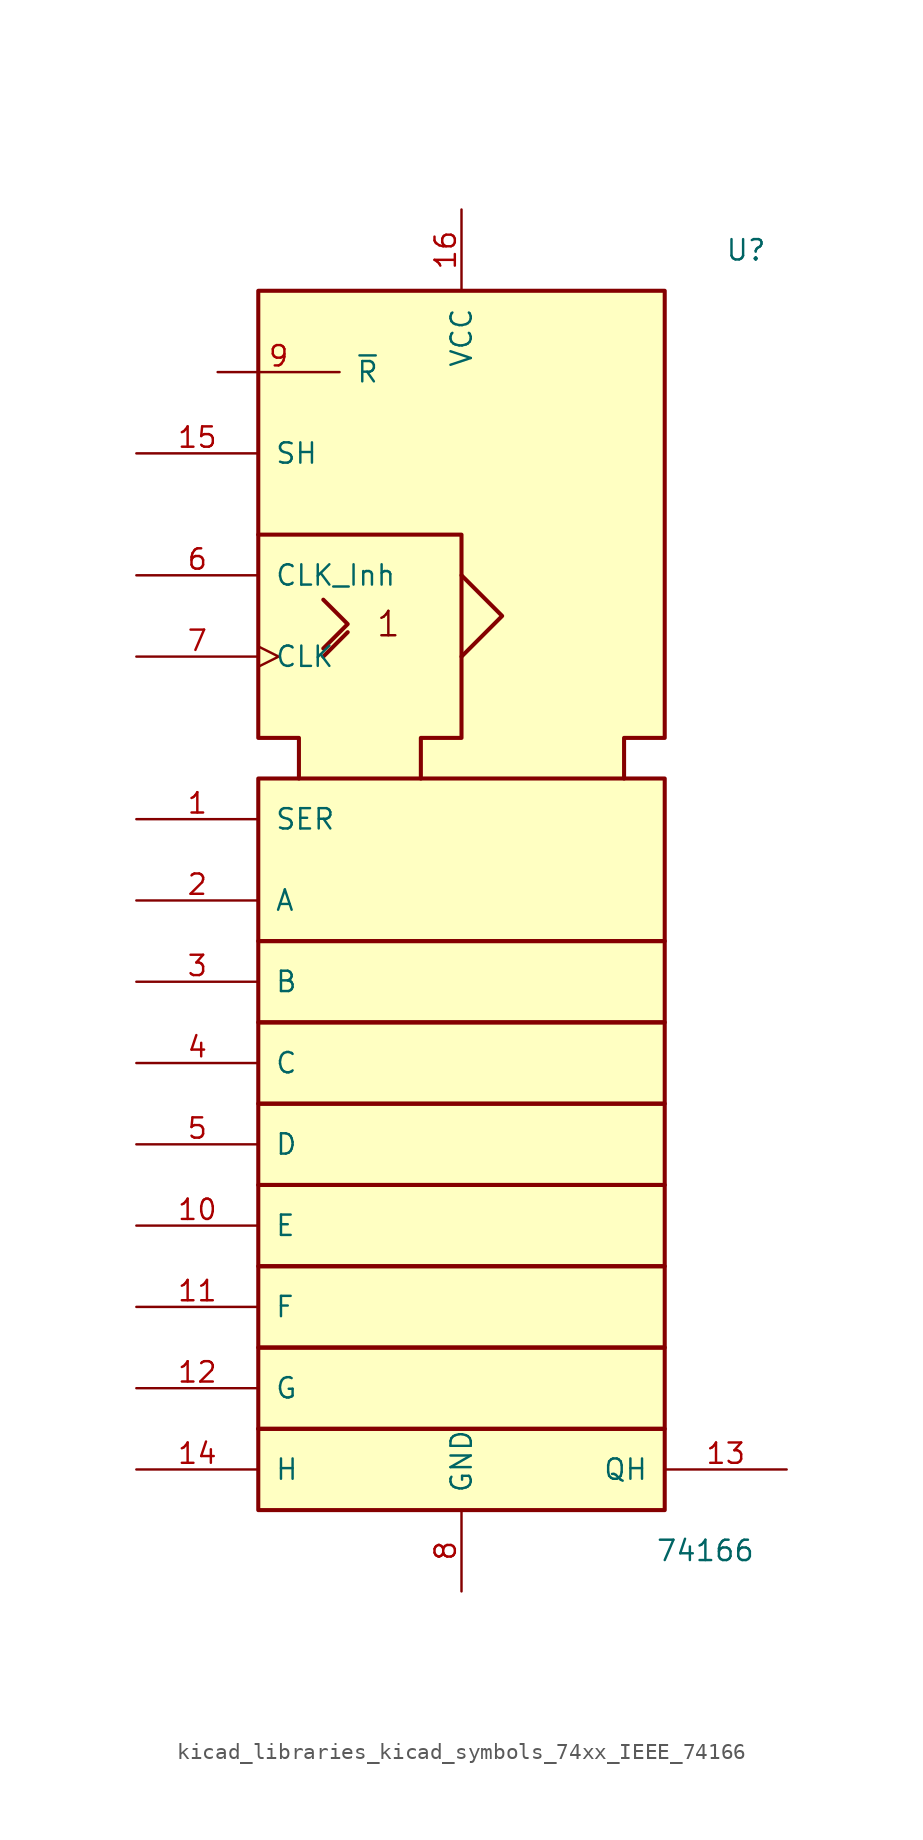
<source format=kicad_sym>
(kicad_symbol_lib
  (version 20220914)
  (generator kicad_symbol_editor)
  (symbol "kicad_libraries_kicad_symbols_74xx_IEEE_74166"
    (pin_names
      (offset 1.016))
    (property "Reference" "U"
      (at 17.78 35.56 0)
      (effects (font (size 1.27 1.27))))
    (property "Value" "74166"
      (at 15.24 -45.72 0)
      (effects (font (size 1.27 1.27))))
    (symbol "kicad_libraries_kicad_symbols_74xx_IEEE_74166_0_0"
      (rectangle (start -12.7 -38.1) (end -12.7 -38.1) (stroke (width 0.254) (type default)) (fill (type background)))
      (rectangle (start -12.7 -38.1) (end 12.7 -43.18) (stroke (width 0.254) (type default)) (fill (type background)))
      (rectangle (start -12.7 -33.02) (end 12.7 -38.1) (stroke (width 0.254) (type default)) (fill (type background)))
      (rectangle (start -12.7 -27.94) (end 12.7 -33.02) (stroke (width 0.254) (type default)) (fill (type background)))
      (rectangle (start -12.7 -22.86) (end 12.7 -27.94) (stroke (width 0.254) (type default)) (fill (type background)))
      (rectangle (start -12.7 -17.78) (end 12.7 -22.86) (stroke (width 0.254) (type default)) (fill (type background)))
      (rectangle (start -12.7 -12.7) (end 12.7 -17.78) (stroke (width 0.254) (type default)) (fill (type background)))
      (rectangle (start -12.7 -7.62) (end 12.7 -12.7) (stroke (width 0.254) (type default)) (fill (type background)))
      (rectangle (start -12.7 2.54) (end 12.7 -7.62) (stroke (width 0.254) (type default)) (fill (type background)))
      (polyline (pts (xy -8.636 10.16) (xy -7.112 11.684) (xy -7.112 11.684)) (stroke (width 0.254) (type default)) (fill (type background)))
      (polyline (pts (xy -8.636 13.716) (xy -7.112 12.192) (xy -8.636 10.668) (xy -8.636 10.668)) (stroke (width 0.254) (type default)) (fill (type background)))
      (polyline (pts (xy 0 15.24) (xy 2.54 12.7) (xy 0 10.16) (xy 0 10.16)) (stroke (width 0.254) (type default)) (fill (type background)))
      (polyline (pts (xy -12.7 17.78) (xy 0 17.78) (xy 0 5.08) (xy -2.54 5.08) (xy -2.54 2.54) (xy -2.54 2.54)) (stroke (width 0.254) (type default)) (fill (type background)))
      (polyline (pts (xy -10.16 2.54) (xy -10.16 5.08) (xy -12.7 5.08) (xy -12.7 33.02) (xy 12.7 33.02) (xy 12.7 5.08) (xy 10.16 5.08) (xy 10.16 2.54) (xy 10.16 2.54)) (stroke (width 0.254) (type default)) (fill (type background)))
      (text "1" (at -4.572 12.192 0) (effects (font (size 1.524 1.524)))))
    (symbol "kicad_libraries_kicad_symbols_74xx_IEEE_74166_0_1"
      (pin power_in line (at 0 -48.26 90) (length 5.08) (name "GND" (effects (font (size 1.27 1.27)))) (number "8" (effects (font (size 1.27 1.27))))))
    (symbol "kicad_libraries_kicad_symbols_74xx_IEEE_74166_1_1"
      (pin input line (at -20.32 0 0) (length 7.62) (name "SER" (effects (font (size 1.27 1.27)))) (number "1" (effects (font (size 1.27 1.27)))))
      (pin input line (at -20.32 -25.4 0) (length 7.62) (name "E" (effects (font (size 1.27 1.27)))) (number "10" (effects (font (size 1.27 1.27)))))
      (pin input line (at -20.32 -30.48 0) (length 7.62) (name "F" (effects (font (size 1.27 1.27)))) (number "11" (effects (font (size 1.27 1.27)))))
      (pin input line (at -20.32 -35.56 0) (length 7.62) (name "G" (effects (font (size 1.27 1.27)))) (number "12" (effects (font (size 1.27 1.27)))))
      (pin tri_state line (at 20.32 -40.64 180) (length 7.62) (name "QH" (effects (font (size 1.27 1.27)))) (number "13" (effects (font (size 1.27 1.27)))))
      (pin input line (at -20.32 -40.64 0) (length 7.62) (name "H" (effects (font (size 1.27 1.27)))) (number "14" (effects (font (size 1.27 1.27)))))
      (pin input line (at -20.32 22.86 0) (length 7.62) (name "SH" (effects (font (size 1.27 1.27)))) (number "15" (effects (font (size 1.27 1.27)))))
      (pin power_in line (at 0 38.1 270) (length 5.08) (name "VCC" (effects (font (size 1.27 1.27)))) (number "16" (effects (font (size 1.27 1.27)))))
      (pin input line (at -20.32 -5.08 0) (length 7.62) (name "A" (effects (font (size 1.27 1.27)))) (number "2" (effects (font (size 1.27 1.27)))))
      (pin input line (at -20.32 -10.16 0) (length 7.62) (name "B" (effects (font (size 1.27 1.27)))) (number "3" (effects (font (size 1.27 1.27)))))
      (pin input line (at -20.32 -15.24 0) (length 7.62) (name "C" (effects (font (size 1.27 1.27)))) (number "4" (effects (font (size 1.27 1.27)))))
      (pin input line (at -20.32 -20.32 0) (length 7.62) (name "D" (effects (font (size 1.27 1.27)))) (number "5" (effects (font (size 1.27 1.27)))))
      (pin input line (at -20.32 15.24 0) (length 7.62) (name "CLK_Inh" (effects (font (size 1.27 1.27)))) (number "6" (effects (font (size 1.27 1.27)))))
      (pin input clock (at -20.32 10.16 0) (length 7.62) (name "CLK" (effects (font (size 1.27 1.27)))) (number "7" (effects (font (size 1.27 1.27)))))
      (pin input line (at -15.24 27.94 0) (length 7.62) (name "~{R}" (effects (font (size 1.27 1.27)))) (number "9" (effects (font (size 1.27 1.27))))))))
</source>
